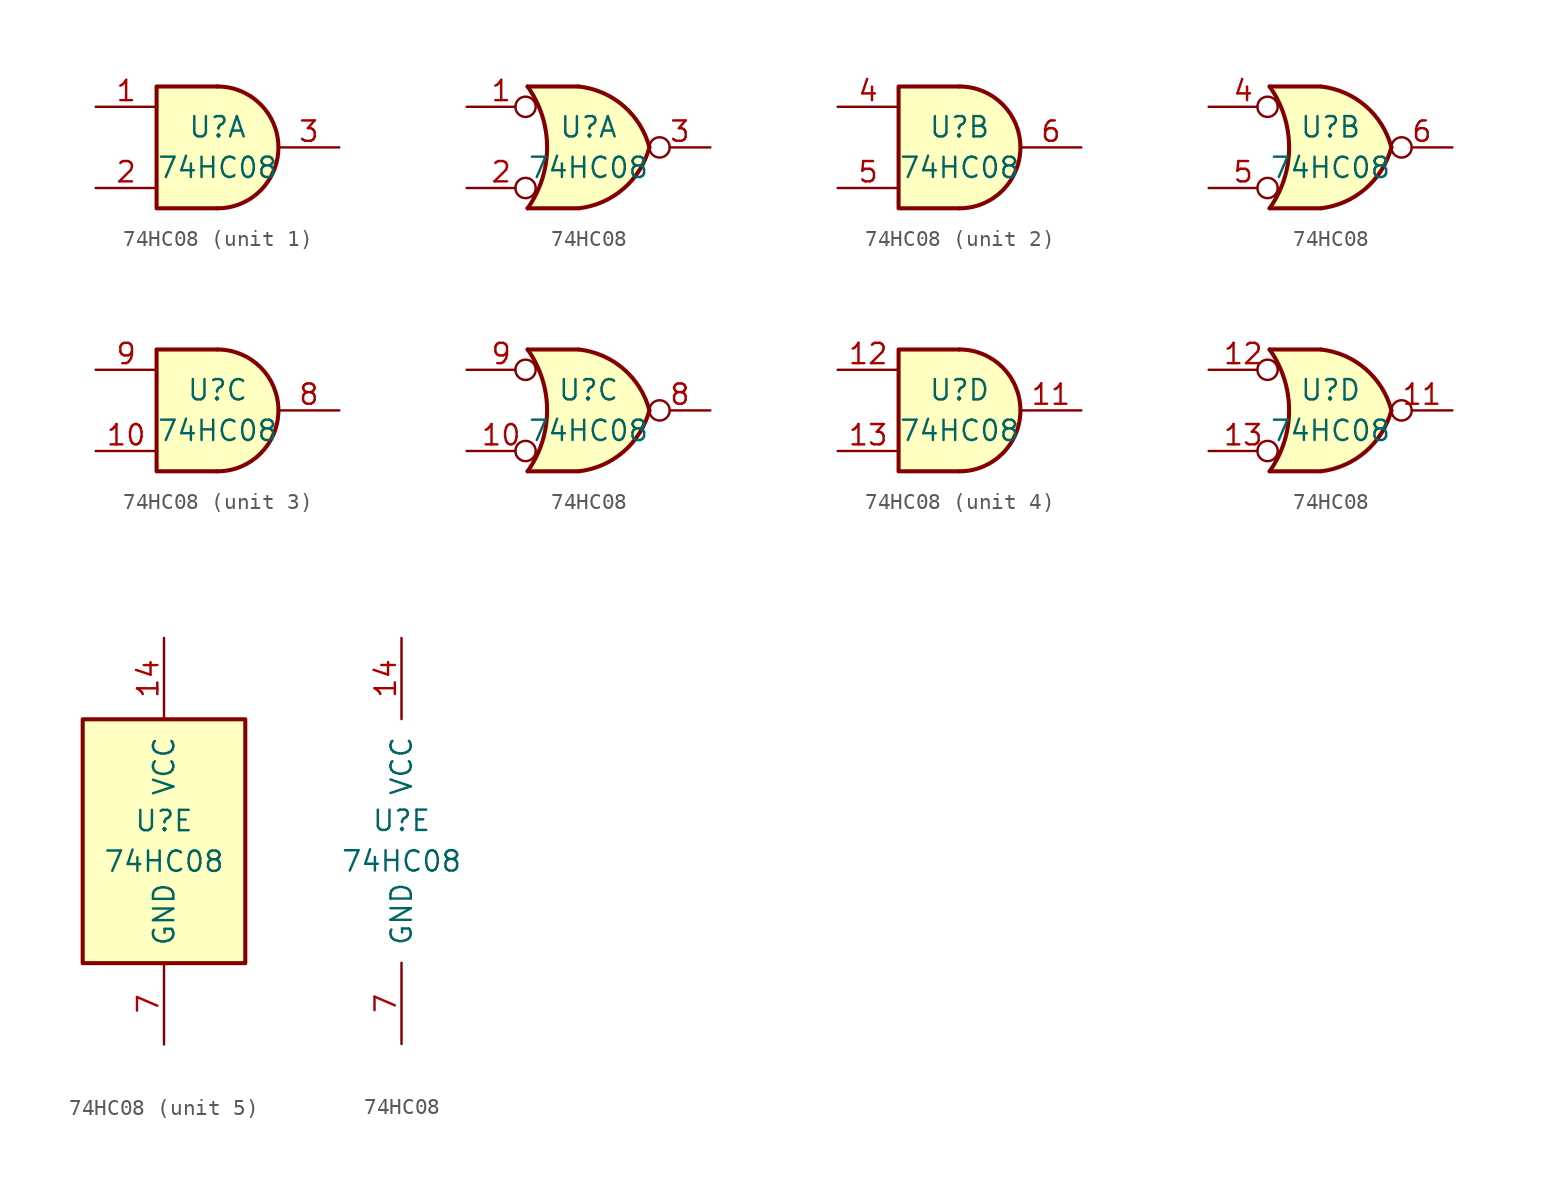
<source format=kicad_sym>
(kicad_symbol_lib
  (version 20241209)
  (generator "kicad_symbol_editor")
  (generator_version "9.0")
  (symbol "74HC08"
    (pin_names
      (offset 1.016))
    (property "Reference" "U"
      (at 0 1.27 0)
      (effects (font (size 1.27 1.27))))
    (property "Value" "74HC08"
      (at 0 -1.27 0)
      (effects (font (size 1.27 1.27))))
    (property "ki_locked" ""
      (at 0 0 0)
      (effects (font (size 1.27 1.27))))
    (symbol "74HC08_1_1"
      (arc (start 0 3.81) (mid 3.7934 0) (end 0 -3.81) (stroke (width 0.254) (type default)) (fill (type background)))
      (polyline (pts (xy 0 3.81) (xy -3.81 3.81) (xy -3.81 -3.81) (xy 0 -3.81)) (stroke (width 0.254) (type default)) (fill (type background)))
      (pin input line (at -7.62 2.54 0) (length 3.81) (name "~" (effects (font (size 1.27 1.27)))) (number "1" (effects (font (size 1.27 1.27)))))
      (pin input line (at -7.62 -2.54 0) (length 3.81) (name "~" (effects (font (size 1.27 1.27)))) (number "2" (effects (font (size 1.27 1.27)))))
      (pin output line (at 7.62 0 180) (length 3.81) (name "~" (effects (font (size 1.27 1.27)))) (number "3" (effects (font (size 1.27 1.27))))))
    (symbol "74HC08_1_2"
      (arc (start -3.81 3.81) (mid -2.589 0) (end -3.81 -3.81) (stroke (width 0.254) (type default)) (fill (type none)))
      (polyline (pts (xy -3.81 3.81) (xy -0.635 3.81)) (stroke (width 0.254) (type default)) (fill (type background)))
      (polyline (pts (xy -3.81 -3.81) (xy -0.635 -3.81)) (stroke (width 0.254) (type default)) (fill (type background)))
      (arc (start 3.81 0) (mid 2.1855 -2.584) (end -0.6096 -3.81) (stroke (width 0.254) (type default)) (fill (type background)))
      (arc (start -0.6096 3.81) (mid 2.1928 2.5924) (end 3.81 0) (stroke (width 0.254) (type default)) (fill (type background)))
      (polyline (pts (xy -0.635 3.81) (xy -3.81 3.81) (xy -3.81 3.81) (xy -3.556 3.404) (xy -3.023 2.261) (xy -2.692 1.041) (xy -2.616 -0.254) (xy -2.769 -1.499) (xy -3.175 -2.718) (xy -3.81 -3.81) (xy -3.81 -3.81) (xy -0.635 -3.81)) (stroke (width -25.4) (type default)) (fill (type background)))
      (pin input inverted (at -7.62 2.54 0) (length 4.318) (name "~" (effects (font (size 1.27 1.27)))) (number "1" (effects (font (size 1.27 1.27)))))
      (pin input inverted (at -7.62 -2.54 0) (length 4.318) (name "~" (effects (font (size 1.27 1.27)))) (number "2" (effects (font (size 1.27 1.27)))))
      (pin output inverted (at 7.62 0 180) (length 3.81) (name "~" (effects (font (size 1.27 1.27)))) (number "3" (effects (font (size 1.27 1.27))))))
    (symbol "74HC08_2_1"
      (arc (start 0 3.81) (mid 3.7934 0) (end 0 -3.81) (stroke (width 0.254) (type default)) (fill (type background)))
      (polyline (pts (xy 0 3.81) (xy -3.81 3.81) (xy -3.81 -3.81) (xy 0 -3.81)) (stroke (width 0.254) (type default)) (fill (type background)))
      (pin input line (at -7.62 2.54 0) (length 3.81) (name "~" (effects (font (size 1.27 1.27)))) (number "4" (effects (font (size 1.27 1.27)))))
      (pin input line (at -7.62 -2.54 0) (length 3.81) (name "~" (effects (font (size 1.27 1.27)))) (number "5" (effects (font (size 1.27 1.27)))))
      (pin output line (at 7.62 0 180) (length 3.81) (name "~" (effects (font (size 1.27 1.27)))) (number "6" (effects (font (size 1.27 1.27))))))
    (symbol "74HC08_2_2"
      (arc (start -3.81 3.81) (mid -2.589 0) (end -3.81 -3.81) (stroke (width 0.254) (type default)) (fill (type none)))
      (polyline (pts (xy -3.81 3.81) (xy -0.635 3.81)) (stroke (width 0.254) (type default)) (fill (type background)))
      (polyline (pts (xy -3.81 -3.81) (xy -0.635 -3.81)) (stroke (width 0.254) (type default)) (fill (type background)))
      (arc (start 3.81 0) (mid 2.1855 -2.584) (end -0.6096 -3.81) (stroke (width 0.254) (type default)) (fill (type background)))
      (arc (start -0.6096 3.81) (mid 2.1928 2.5924) (end 3.81 0) (stroke (width 0.254) (type default)) (fill (type background)))
      (polyline (pts (xy -0.635 3.81) (xy -3.81 3.81) (xy -3.81 3.81) (xy -3.556 3.404) (xy -3.023 2.261) (xy -2.692 1.041) (xy -2.616 -0.254) (xy -2.769 -1.499) (xy -3.175 -2.718) (xy -3.81 -3.81) (xy -3.81 -3.81) (xy -0.635 -3.81)) (stroke (width -25.4) (type default)) (fill (type background)))
      (pin input inverted (at -7.62 2.54 0) (length 4.318) (name "~" (effects (font (size 1.27 1.27)))) (number "4" (effects (font (size 1.27 1.27)))))
      (pin input inverted (at -7.62 -2.54 0) (length 4.318) (name "~" (effects (font (size 1.27 1.27)))) (number "5" (effects (font (size 1.27 1.27)))))
      (pin output inverted (at 7.62 0 180) (length 3.81) (name "~" (effects (font (size 1.27 1.27)))) (number "6" (effects (font (size 1.27 1.27))))))
    (symbol "74HC08_3_1"
      (arc (start 0 3.81) (mid 3.7934 0) (end 0 -3.81) (stroke (width 0.254) (type default)) (fill (type background)))
      (polyline (pts (xy 0 3.81) (xy -3.81 3.81) (xy -3.81 -3.81) (xy 0 -3.81)) (stroke (width 0.254) (type default)) (fill (type background)))
      (pin input line (at -7.62 2.54 0) (length 3.81) (name "~" (effects (font (size 1.27 1.27)))) (number "9" (effects (font (size 1.27 1.27)))))
      (pin input line (at -7.62 -2.54 0) (length 3.81) (name "~" (effects (font (size 1.27 1.27)))) (number "10" (effects (font (size 1.27 1.27)))))
      (pin output line (at 7.62 0 180) (length 3.81) (name "~" (effects (font (size 1.27 1.27)))) (number "8" (effects (font (size 1.27 1.27))))))
    (symbol "74HC08_3_2"
      (arc (start -3.81 3.81) (mid -2.589 0) (end -3.81 -3.81) (stroke (width 0.254) (type default)) (fill (type none)))
      (polyline (pts (xy -3.81 3.81) (xy -0.635 3.81)) (stroke (width 0.254) (type default)) (fill (type background)))
      (polyline (pts (xy -3.81 -3.81) (xy -0.635 -3.81)) (stroke (width 0.254) (type default)) (fill (type background)))
      (arc (start 3.81 0) (mid 2.1855 -2.584) (end -0.6096 -3.81) (stroke (width 0.254) (type default)) (fill (type background)))
      (arc (start -0.6096 3.81) (mid 2.1928 2.5924) (end 3.81 0) (stroke (width 0.254) (type default)) (fill (type background)))
      (polyline (pts (xy -0.635 3.81) (xy -3.81 3.81) (xy -3.81 3.81) (xy -3.556 3.404) (xy -3.023 2.261) (xy -2.692 1.041) (xy -2.616 -0.254) (xy -2.769 -1.499) (xy -3.175 -2.718) (xy -3.81 -3.81) (xy -3.81 -3.81) (xy -0.635 -3.81)) (stroke (width -25.4) (type default)) (fill (type background)))
      (pin input inverted (at -7.62 2.54 0) (length 4.318) (name "~" (effects (font (size 1.27 1.27)))) (number "9" (effects (font (size 1.27 1.27)))))
      (pin input inverted (at -7.62 -2.54 0) (length 4.318) (name "~" (effects (font (size 1.27 1.27)))) (number "10" (effects (font (size 1.27 1.27)))))
      (pin output inverted (at 7.62 0 180) (length 3.81) (name "~" (effects (font (size 1.27 1.27)))) (number "8" (effects (font (size 1.27 1.27))))))
    (symbol "74HC08_4_1"
      (arc (start 0 3.81) (mid 3.7934 0) (end 0 -3.81) (stroke (width 0.254) (type default)) (fill (type background)))
      (polyline (pts (xy 0 3.81) (xy -3.81 3.81) (xy -3.81 -3.81) (xy 0 -3.81)) (stroke (width 0.254) (type default)) (fill (type background)))
      (pin input line (at -7.62 2.54 0) (length 3.81) (name "~" (effects (font (size 1.27 1.27)))) (number "12" (effects (font (size 1.27 1.27)))))
      (pin input line (at -7.62 -2.54 0) (length 3.81) (name "~" (effects (font (size 1.27 1.27)))) (number "13" (effects (font (size 1.27 1.27)))))
      (pin output line (at 7.62 0 180) (length 3.81) (name "~" (effects (font (size 1.27 1.27)))) (number "11" (effects (font (size 1.27 1.27))))))
    (symbol "74HC08_4_2"
      (arc (start -3.81 3.81) (mid -2.589 0) (end -3.81 -3.81) (stroke (width 0.254) (type default)) (fill (type none)))
      (polyline (pts (xy -3.81 3.81) (xy -0.635 3.81)) (stroke (width 0.254) (type default)) (fill (type background)))
      (polyline (pts (xy -3.81 -3.81) (xy -0.635 -3.81)) (stroke (width 0.254) (type default)) (fill (type background)))
      (arc (start 3.81 0) (mid 2.1855 -2.584) (end -0.6096 -3.81) (stroke (width 0.254) (type default)) (fill (type background)))
      (arc (start -0.6096 3.81) (mid 2.1928 2.5924) (end 3.81 0) (stroke (width 0.254) (type default)) (fill (type background)))
      (polyline (pts (xy -0.635 3.81) (xy -3.81 3.81) (xy -3.81 3.81) (xy -3.556 3.404) (xy -3.023 2.261) (xy -2.692 1.041) (xy -2.616 -0.254) (xy -2.769 -1.499) (xy -3.175 -2.718) (xy -3.81 -3.81) (xy -3.81 -3.81) (xy -0.635 -3.81)) (stroke (width -25.4) (type default)) (fill (type background)))
      (pin input inverted (at -7.62 2.54 0) (length 4.318) (name "~" (effects (font (size 1.27 1.27)))) (number "12" (effects (font (size 1.27 1.27)))))
      (pin input inverted (at -7.62 -2.54 0) (length 4.318) (name "~" (effects (font (size 1.27 1.27)))) (number "13" (effects (font (size 1.27 1.27)))))
      (pin output inverted (at 7.62 0 180) (length 3.81) (name "~" (effects (font (size 1.27 1.27)))) (number "11" (effects (font (size 1.27 1.27))))))
    (symbol "74HC08_5_0"
      (pin power_in line (at 0 12.7 270) (length 5.08) (name "VCC" (effects (font (size 1.27 1.27)))) (number "14" (effects (font (size 1.27 1.27)))))
      (pin power_in line (at 0 -12.7 90) (length 5.08) (name "GND" (effects (font (size 1.27 1.27)))) (number "7" (effects (font (size 1.27 1.27))))))
    (symbol "74HC08_5_1"
      (rectangle (start -5.08 7.62) (end 5.08 -7.62) (stroke (width 0.254) (type default)) (fill (type background))))))
</source>
